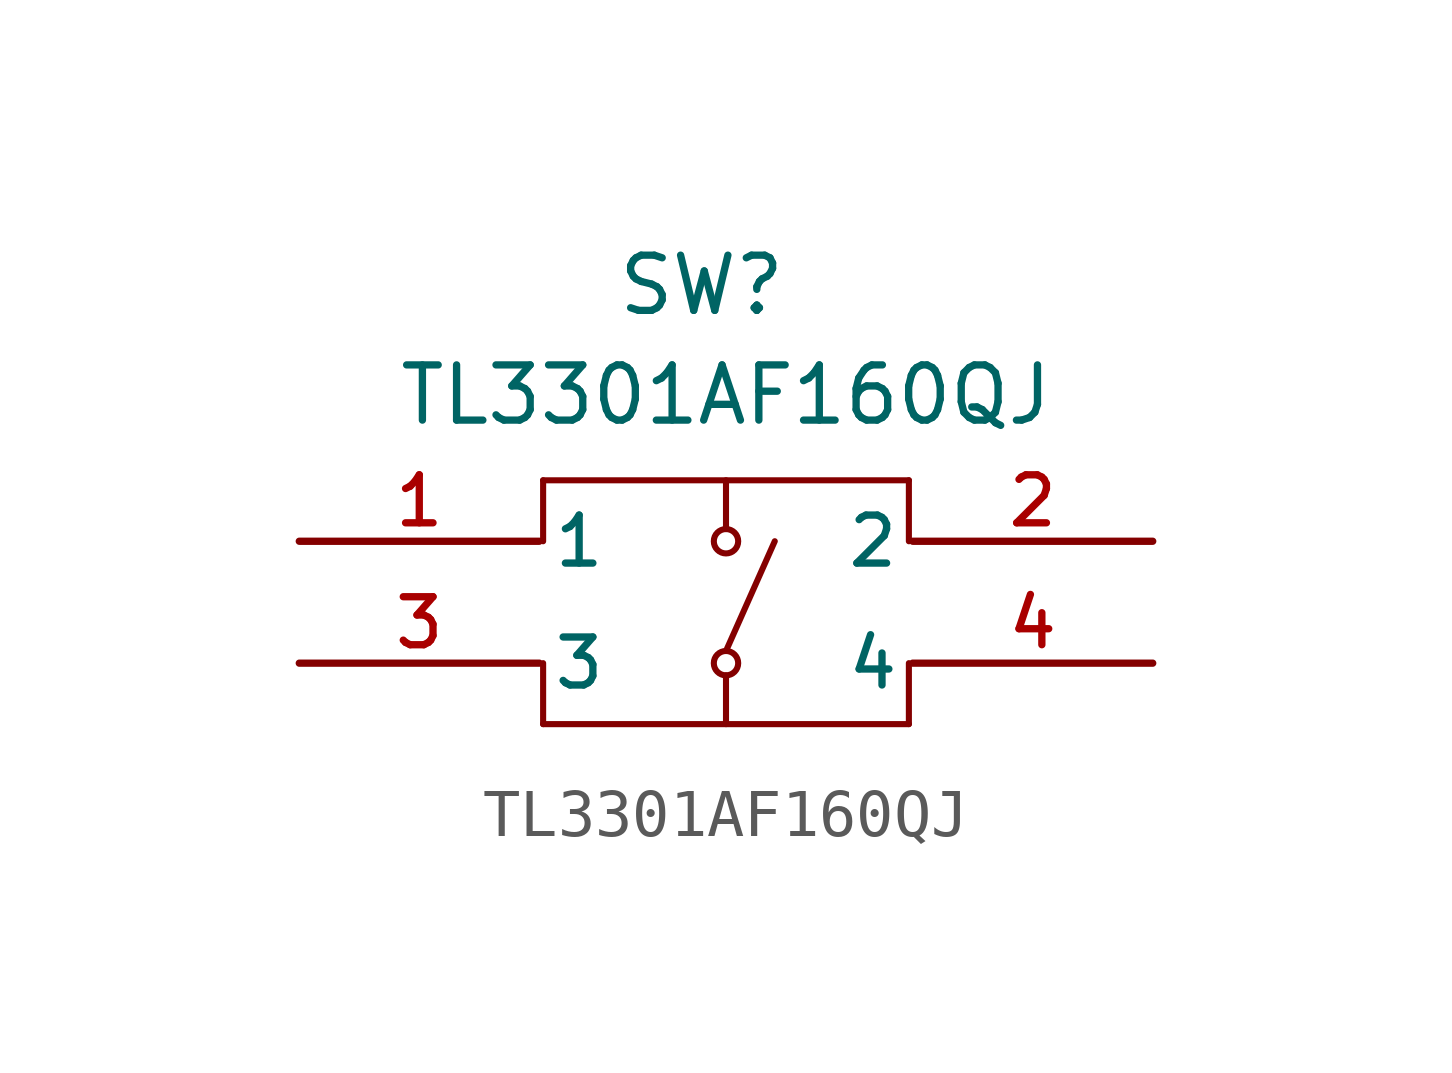
<source format=kicad_sym>
(kicad_symbol_lib
  (version 20231120)
  (generator "kicad_symbol_editor")
  (generator_version "8.0")
  (symbol "TL3301AF160QJ"
    (pin_names
      (offset 0.254))
    (property "Reference" "SW"
      (at -0.508 6.604 0)
      (effects (font (size 1.15 1.15))))
    (property "Value" "TL3301AF160QJ"
      (at 0 4.318 0)
      (effects (font (size 1.15 1.15))))
    (property "ki_locked" ""
      (at 0 0 0)
      (effects (font (size 1.27 1.27))))
    (symbol "TL3301AF160QJ_0_1"
      (circle (center 0 -1.27) (radius 0.254) (stroke (width 0.127) (type default)) (fill (type none)))
      (polyline (pts (xy -3.81 -2.54) (xy -3.81 -1.27)) (stroke (width 0.127) (type default)) (fill (type none)))
      (polyline (pts (xy -3.81 1.27) (xy -3.81 2.54)) (stroke (width 0.127) (type default)) (fill (type none)))
      (polyline (pts (xy -3.81 2.54) (xy 3.81 2.54)) (stroke (width 0.127) (type default)) (fill (type none)))
      (polyline (pts (xy 0 -1.524) (xy 0 -2.54)) (stroke (width 0.127) (type default)) (fill (type none)))
      (polyline (pts (xy 0 2.54) (xy 0 1.524)) (stroke (width 0.127) (type default)) (fill (type none)))
      (polyline (pts (xy 1.016 1.27) (xy 0 -1.016)) (stroke (width 0.127) (type default)) (fill (type none)))
      (polyline (pts (xy 3.81 -2.54) (xy -3.81 -2.54)) (stroke (width 0.127) (type default)) (fill (type none)))
      (polyline (pts (xy 3.81 -1.27) (xy 3.81 -2.54)) (stroke (width 0.127) (type default)) (fill (type none)))
      (polyline (pts (xy 3.81 2.54) (xy 3.81 1.27)) (stroke (width 0.127) (type default)) (fill (type none)))
      (circle (center 0 1.27) (radius 0.254) (stroke (width 0.127) (type default)) (fill (type none)))
      (pin passive line (at -8.89 1.27 0) (length 5) (name "1" (effects (font (size 1 1)))) (number "1" (effects (font (size 1 1)))))
      (pin passive line (at 8.89 1.27 180) (length 5) (name "2" (effects (font (size 1 1)))) (number "2" (effects (font (size 1 1)))))
      (pin passive line (at -8.89 -1.27 0) (length 5) (name "3" (effects (font (size 1 1)))) (number "3" (effects (font (size 1 1)))))
      (pin passive line (at 8.89 -1.27 180) (length 5) (name "4" (effects (font (size 1 1)))) (number "4" (effects (font (size 1 1))))))))
</source>
